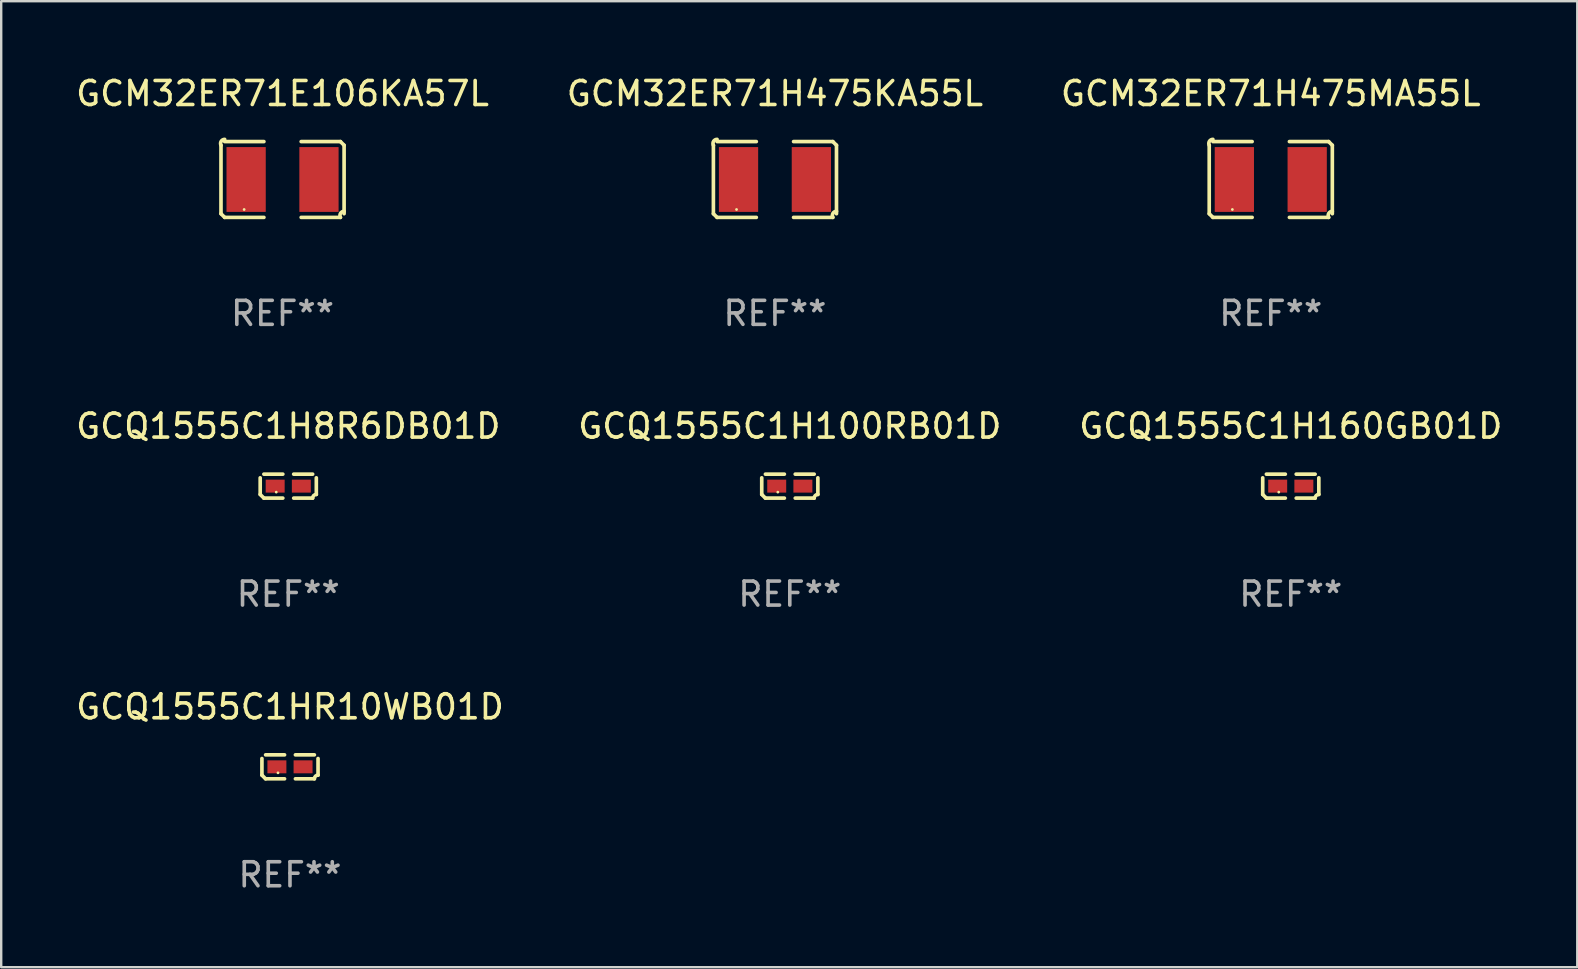
<source format=kicad_pcb>
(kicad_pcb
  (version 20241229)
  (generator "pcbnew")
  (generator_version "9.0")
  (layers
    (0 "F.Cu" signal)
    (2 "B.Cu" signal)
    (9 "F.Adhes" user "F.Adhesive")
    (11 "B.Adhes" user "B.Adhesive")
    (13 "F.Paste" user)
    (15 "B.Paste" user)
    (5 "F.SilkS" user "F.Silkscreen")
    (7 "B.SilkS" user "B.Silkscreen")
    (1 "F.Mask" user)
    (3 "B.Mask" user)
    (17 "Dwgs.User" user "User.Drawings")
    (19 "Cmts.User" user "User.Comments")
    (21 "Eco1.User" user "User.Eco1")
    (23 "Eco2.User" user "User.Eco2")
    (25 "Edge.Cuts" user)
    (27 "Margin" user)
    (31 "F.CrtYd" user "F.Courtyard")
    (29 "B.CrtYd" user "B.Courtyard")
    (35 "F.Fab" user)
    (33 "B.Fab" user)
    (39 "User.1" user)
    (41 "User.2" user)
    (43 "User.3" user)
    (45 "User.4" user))
  (footprint "GCQ1555C1H100RB01D"
    (layer "F.Cu")
    (at 29.851 17.201)
    (property "Reference" "GCQ1555C1H100RB01D" (at 0 -2.499 0) (layer "F.SilkS") (effects (font (size 1 1) (thickness 0.15))))
    (attr through_hole)
    (fp_line (start -1.169 0.346) (end -1.169 -0.346) (stroke (width 0.152) (type solid)) (layer "F.SilkS"))
    (fp_line (start -1.016 -0.499) (end -0.226 -0.499) (stroke (width 0.152) (type solid)) (layer "F.SilkS"))
    (fp_line (start -0.226 0.499) (end -1.016 0.499) (stroke (width 0.152) (type solid)) (layer "F.SilkS"))
    (fp_line (start 0.226 0.499) (end 1.016 0.499) (stroke (width 0.152) (type solid)) (layer "F.SilkS"))
    (fp_line (start 1.016 -0.499) (end 0.226 -0.499) (stroke (width 0.152) (type solid)) (layer "F.SilkS"))
    (fp_line (start 1.169 0.346) (end 1.169 -0.346) (stroke (width 0.152) (type solid)) (layer "F.SilkS"))
    (fp_arc (start -1.016307 0.498603) (mid -1.092512 0.422405) (end -1.16871 0.3462) (stroke (width 0.1524) (type solid)) (layer "F.SilkS"))
    (fp_arc (start 1.016307 0.498603) (mid 1.060899 0.390758) (end 1.168707 0.346076) (stroke (width 0.1524) (type solid)) (layer "F.SilkS"))
    (fp_circle (center -0.5 0.25) (end -0.47 0.25) (stroke (width 0.06) (type solid)) (fill no) (layer "F.SilkS"))
    (fp_text user "REF**" (at 0 4.499 0) (layer "F.Fab") (effects (font (size 1 1) (thickness 0.15))))
    (pad "1" smd rect (at -0.545 0) (size 0.79 0.54) (layers "F.Cu" "F.Mask" "F.Paste"))
    (pad "2" smd rect (at 0.545 0) (size 0.79 0.54) (layers "F.Cu" "F.Mask" "F.Paste")))
  (footprint "GCQ1555C1H8R6DB01D"
    (layer "F.Cu")
    (at 8.958 17.201)
    (property "Reference" "GCQ1555C1H8R6DB01D" (at 0 -2.499 0) (layer "F.SilkS") (effects (font (size 1 1) (thickness 0.15))))
    (attr through_hole)
    (fp_line (start -1.169 0.346) (end -1.169 -0.346) (stroke (width 0.152) (type solid)) (layer "F.SilkS"))
    (fp_line (start -1.016 -0.499) (end -0.226 -0.499) (stroke (width 0.152) (type solid)) (layer "F.SilkS"))
    (fp_line (start -0.226 0.499) (end -1.016 0.499) (stroke (width 0.152) (type solid)) (layer "F.SilkS"))
    (fp_line (start 0.226 0.499) (end 1.016 0.499) (stroke (width 0.152) (type solid)) (layer "F.SilkS"))
    (fp_line (start 1.016 -0.499) (end 0.226 -0.499) (stroke (width 0.152) (type solid)) (layer "F.SilkS"))
    (fp_line (start 1.169 0.346) (end 1.169 -0.346) (stroke (width 0.152) (type solid)) (layer "F.SilkS"))
    (fp_arc (start -1.016307 0.498603) (mid -1.092512 0.422405) (end -1.16871 0.3462) (stroke (width 0.1524) (type solid)) (layer "F.SilkS"))
    (fp_arc (start 1.016307 0.498603) (mid 1.060899 0.390758) (end 1.168707 0.346076) (stroke (width 0.1524) (type solid)) (layer "F.SilkS"))
    (fp_circle (center -0.5 0.25) (end -0.47 0.25) (stroke (width 0.06) (type solid)) (fill no) (layer "F.SilkS"))
    (fp_text user "REF**" (at 0 4.499 0) (layer "F.Fab") (effects (font (size 1 1) (thickness 0.15))))
    (pad "1" smd rect (at -0.545 0) (size 0.79 0.54) (layers "F.Cu" "F.Mask" "F.Paste"))
    (pad "2" smd rect (at 0.545 0) (size 0.79 0.54) (layers "F.Cu" "F.Mask" "F.Paste")))
  (footprint "GCQ1555C1HR10WB01D"
    (layer "F.Cu")
    (at 9.03 28.894)
    (property "Reference" "GCQ1555C1HR10WB01D" (at 0 -2.499 0) (layer "F.SilkS") (effects (font (size 1 1) (thickness 0.15))))
    (attr through_hole)
    (fp_line (start -1.169 0.346) (end -1.169 -0.346) (stroke (width 0.152) (type solid)) (layer "F.SilkS"))
    (fp_line (start -1.016 -0.499) (end -0.226 -0.499) (stroke (width 0.152) (type solid)) (layer "F.SilkS"))
    (fp_line (start -0.226 0.499) (end -1.016 0.499) (stroke (width 0.152) (type solid)) (layer "F.SilkS"))
    (fp_line (start 0.226 0.499) (end 1.016 0.499) (stroke (width 0.152) (type solid)) (layer "F.SilkS"))
    (fp_line (start 1.016 -0.499) (end 0.226 -0.499) (stroke (width 0.152) (type solid)) (layer "F.SilkS"))
    (fp_line (start 1.169 0.346) (end 1.169 -0.346) (stroke (width 0.152) (type solid)) (layer "F.SilkS"))
    (fp_arc (start -1.016307 0.498603) (mid -1.092512 0.422405) (end -1.16871 0.3462) (stroke (width 0.1524) (type solid)) (layer "F.SilkS"))
    (fp_arc (start 1.016307 0.498603) (mid 1.060899 0.390758) (end 1.168707 0.346076) (stroke (width 0.1524) (type solid)) (layer "F.SilkS"))
    (fp_circle (center -0.5 0.25) (end -0.47 0.25) (stroke (width 0.06) (type solid)) (fill no) (layer "F.SilkS"))
    (fp_text user "REF**" (at 0 4.499 0) (layer "F.Fab") (effects (font (size 1 1) (thickness 0.15))))
    (pad "1" smd rect (at -0.545 0) (size 0.79 0.54) (layers "F.Cu" "F.Mask" "F.Paste"))
    (pad "2" smd rect (at 0.545 0) (size 0.79 0.54) (layers "F.Cu" "F.Mask" "F.Paste")))
  (footprint "GCM32ER71E106KA57L"
    (layer "F.Cu")
    (at 8.72 4.427)
    (property "Reference" "GCM32ER71E106KA57L" (at 0 -3.579 0) (layer "F.SilkS") (effects (font (size 1 1) (thickness 0.15))))
    (attr through_hole)
    (fp_line (start -2.564 1.426) (end -2.564 -1.426) (stroke (width 0.152) (type solid)) (layer "F.SilkS"))
    (fp_line (start -2.411 -1.579) (end -0.776 -1.579) (stroke (width 0.152) (type solid)) (layer "F.SilkS"))
    (fp_line (start -0.776 1.579) (end -2.411 1.579) (stroke (width 0.152) (type solid)) (layer "F.SilkS"))
    (fp_line (start 0.776 1.579) (end 2.411 1.579) (stroke (width 0.152) (type solid)) (layer "F.SilkS"))
    (fp_line (start 2.411 -1.579) (end 0.776 -1.579) (stroke (width 0.152) (type solid)) (layer "F.SilkS"))
    (fp_line (start 2.564 1.426) (end 2.564 -1.426) (stroke (width 0.152) (type solid)) (layer "F.SilkS"))
    (fp_arc (start -2.563602 -1.426213) (mid -2.555597 -1.591233) (end -2.411201 -1.671518) (stroke (width 0.1524) (type solid)) (layer "F.SilkS"))
    (fp_arc (start -2.5636 1.426214) (mid -2.487389 1.502402) (end -2.411201 1.578613) (stroke (width 0.1524) (type solid)) (layer "F.SilkS"))
    (fp_arc (start 2.411197 -1.578618) (mid 2.487403 -1.502419) (end 2.563602 -1.426213) (stroke (width 0.1524) (type solid)) (layer "F.SilkS"))
    (fp_arc (start 2.411201 1.578613) (mid 2.416214 1.409455) (end 2.563602 1.32629) (stroke (width 0.1524) (type solid)) (layer "F.SilkS"))
    (fp_circle (center -1.6 1.25) (end -1.57 1.25) (stroke (width 0.06) (type solid)) (fill no) (layer "F.SilkS"))
    (fp_text user "REF**" (at 0 5.579 0) (layer "F.Fab") (effects (font (size 1 1) (thickness 0.15))))
    (pad "1" smd rect (at -1.517 0) (size 1.635 2.7) (layers "F.Cu" "F.Mask" "F.Paste"))
    (pad "2" smd rect (at 1.517 0) (size 1.635 2.7) (layers "F.Cu" "F.Mask" "F.Paste")))
  (footprint "GCM32ER71H475KA55L"
    (layer "F.Cu")
    (at 29.232 4.427)
    (property "Reference" "GCM32ER71H475KA55L" (at 0 -3.579 0) (layer "F.SilkS") (effects (font (size 1 1) (thickness 0.15))))
    (attr through_hole)
    (fp_line (start -2.564 1.426) (end -2.564 -1.426) (stroke (width 0.152) (type solid)) (layer "F.SilkS"))
    (fp_line (start -2.411 -1.579) (end -0.776 -1.579) (stroke (width 0.152) (type solid)) (layer "F.SilkS"))
    (fp_line (start -0.776 1.579) (end -2.411 1.579) (stroke (width 0.152) (type solid)) (layer "F.SilkS"))
    (fp_line (start 0.776 1.579) (end 2.411 1.579) (stroke (width 0.152) (type solid)) (layer "F.SilkS"))
    (fp_line (start 2.411 -1.579) (end 0.776 -1.579) (stroke (width 0.152) (type solid)) (layer "F.SilkS"))
    (fp_line (start 2.564 1.426) (end 2.564 -1.426) (stroke (width 0.152) (type solid)) (layer "F.SilkS"))
    (fp_arc (start -2.563602 -1.426213) (mid -2.555597 -1.591233) (end -2.411201 -1.671518) (stroke (width 0.1524) (type solid)) (layer "F.SilkS"))
    (fp_arc (start -2.5636 1.426214) (mid -2.487389 1.502402) (end -2.411201 1.578613) (stroke (width 0.1524) (type solid)) (layer "F.SilkS"))
    (fp_arc (start 2.411197 -1.578618) (mid 2.487403 -1.502419) (end 2.563602 -1.426213) (stroke (width 0.1524) (type solid)) (layer "F.SilkS"))
    (fp_arc (start 2.411201 1.578613) (mid 2.416214 1.409455) (end 2.563602 1.32629) (stroke (width 0.1524) (type solid)) (layer "F.SilkS"))
    (fp_circle (center -1.6 1.25) (end -1.57 1.25) (stroke (width 0.06) (type solid)) (fill no) (layer "F.SilkS"))
    (fp_text user "REF**" (at 0 5.579 0) (layer "F.Fab") (effects (font (size 1 1) (thickness 0.15))))
    (pad "1" smd rect (at -1.517 0) (size 1.635 2.7) (layers "F.Cu" "F.Mask" "F.Paste"))
    (pad "2" smd rect (at 1.517 0) (size 1.635 2.7) (layers "F.Cu" "F.Mask" "F.Paste")))
  (footprint "GCM32ER71H475MA55L"
    (layer "F.Cu")
    (at 49.887 4.427)
    (property "Reference" "GCM32ER71H475MA55L" (at 0 -3.579 0) (layer "F.SilkS") (effects (font (size 1 1) (thickness 0.15))))
    (attr through_hole)
    (fp_line (start -2.564 1.426) (end -2.564 -1.426) (stroke (width 0.152) (type solid)) (layer "F.SilkS"))
    (fp_line (start -2.411 -1.579) (end -0.776 -1.579) (stroke (width 0.152) (type solid)) (layer "F.SilkS"))
    (fp_line (start -0.776 1.579) (end -2.411 1.579) (stroke (width 0.152) (type solid)) (layer "F.SilkS"))
    (fp_line (start 0.776 1.579) (end 2.411 1.579) (stroke (width 0.152) (type solid)) (layer "F.SilkS"))
    (fp_line (start 2.411 -1.579) (end 0.776 -1.579) (stroke (width 0.152) (type solid)) (layer "F.SilkS"))
    (fp_line (start 2.564 1.426) (end 2.564 -1.426) (stroke (width 0.152) (type solid)) (layer "F.SilkS"))
    (fp_arc (start -2.563602 -1.426213) (mid -2.555597 -1.591233) (end -2.411201 -1.671518) (stroke (width 0.1524) (type solid)) (layer "F.SilkS"))
    (fp_arc (start -2.5636 1.426214) (mid -2.487389 1.502402) (end -2.411201 1.578613) (stroke (width 0.1524) (type solid)) (layer "F.SilkS"))
    (fp_arc (start 2.411197 -1.578618) (mid 2.487403 -1.502419) (end 2.563602 -1.426213) (stroke (width 0.1524) (type solid)) (layer "F.SilkS"))
    (fp_arc (start 2.411201 1.578613) (mid 2.416214 1.409455) (end 2.563602 1.32629) (stroke (width 0.1524) (type solid)) (layer "F.SilkS"))
    (fp_circle (center -1.6 1.25) (end -1.57 1.25) (stroke (width 0.06) (type solid)) (fill no) (layer "F.SilkS"))
    (fp_text user "REF**" (at 0 5.579 0) (layer "F.Fab") (effects (font (size 1 1) (thickness 0.15))))
    (pad "1" smd rect (at -1.517 0) (size 1.635 2.7) (layers "F.Cu" "F.Mask" "F.Paste"))
    (pad "2" smd rect (at 1.517 0) (size 1.635 2.7) (layers "F.Cu" "F.Mask" "F.Paste")))
  (footprint "GCQ1555C1H160GB01D"
    (layer "F.Cu")
    (at 50.72 17.201)
    (property "Reference" "GCQ1555C1H160GB01D" (at 0 -2.499 0) (layer "F.SilkS") (effects (font (size 1 1) (thickness 0.15))))
    (attr through_hole)
    (fp_line (start -1.169 0.346) (end -1.169 -0.346) (stroke (width 0.152) (type solid)) (layer "F.SilkS"))
    (fp_line (start -1.016 -0.499) (end -0.226 -0.499) (stroke (width 0.152) (type solid)) (layer "F.SilkS"))
    (fp_line (start -0.226 0.499) (end -1.016 0.499) (stroke (width 0.152) (type solid)) (layer "F.SilkS"))
    (fp_line (start 0.226 0.499) (end 1.016 0.499) (stroke (width 0.152) (type solid)) (layer "F.SilkS"))
    (fp_line (start 1.016 -0.499) (end 0.226 -0.499) (stroke (width 0.152) (type solid)) (layer "F.SilkS"))
    (fp_line (start 1.169 0.346) (end 1.169 -0.346) (stroke (width 0.152) (type solid)) (layer "F.SilkS"))
    (fp_arc (start -1.016307 0.498603) (mid -1.092512 0.422405) (end -1.16871 0.3462) (stroke (width 0.1524) (type solid)) (layer "F.SilkS"))
    (fp_arc (start 1.016307 0.498603) (mid 1.060899 0.390758) (end 1.168707 0.346076) (stroke (width 0.1524) (type solid)) (layer "F.SilkS"))
    (fp_circle (center -0.5 0.25) (end -0.47 0.25) (stroke (width 0.06) (type solid)) (fill no) (layer "F.SilkS"))
    (fp_text user "REF**" (at 0 4.499 0) (layer "F.Fab") (effects (font (size 1 1) (thickness 0.15))))
    (pad "1" smd rect (at -0.545 0) (size 0.79 0.54) (layers "F.Cu" "F.Mask" "F.Paste"))
    (pad "2" smd rect (at 0.545 0) (size 0.79 0.54) (layers "F.Cu" "F.Mask" "F.Paste")))
  (gr_rect
    (start -3 -3)
    (end 62.655 37.241)
    (stroke (width 0.1) (type default))
    (fill no)
    (layer "Edge.Cuts")))
</source>
